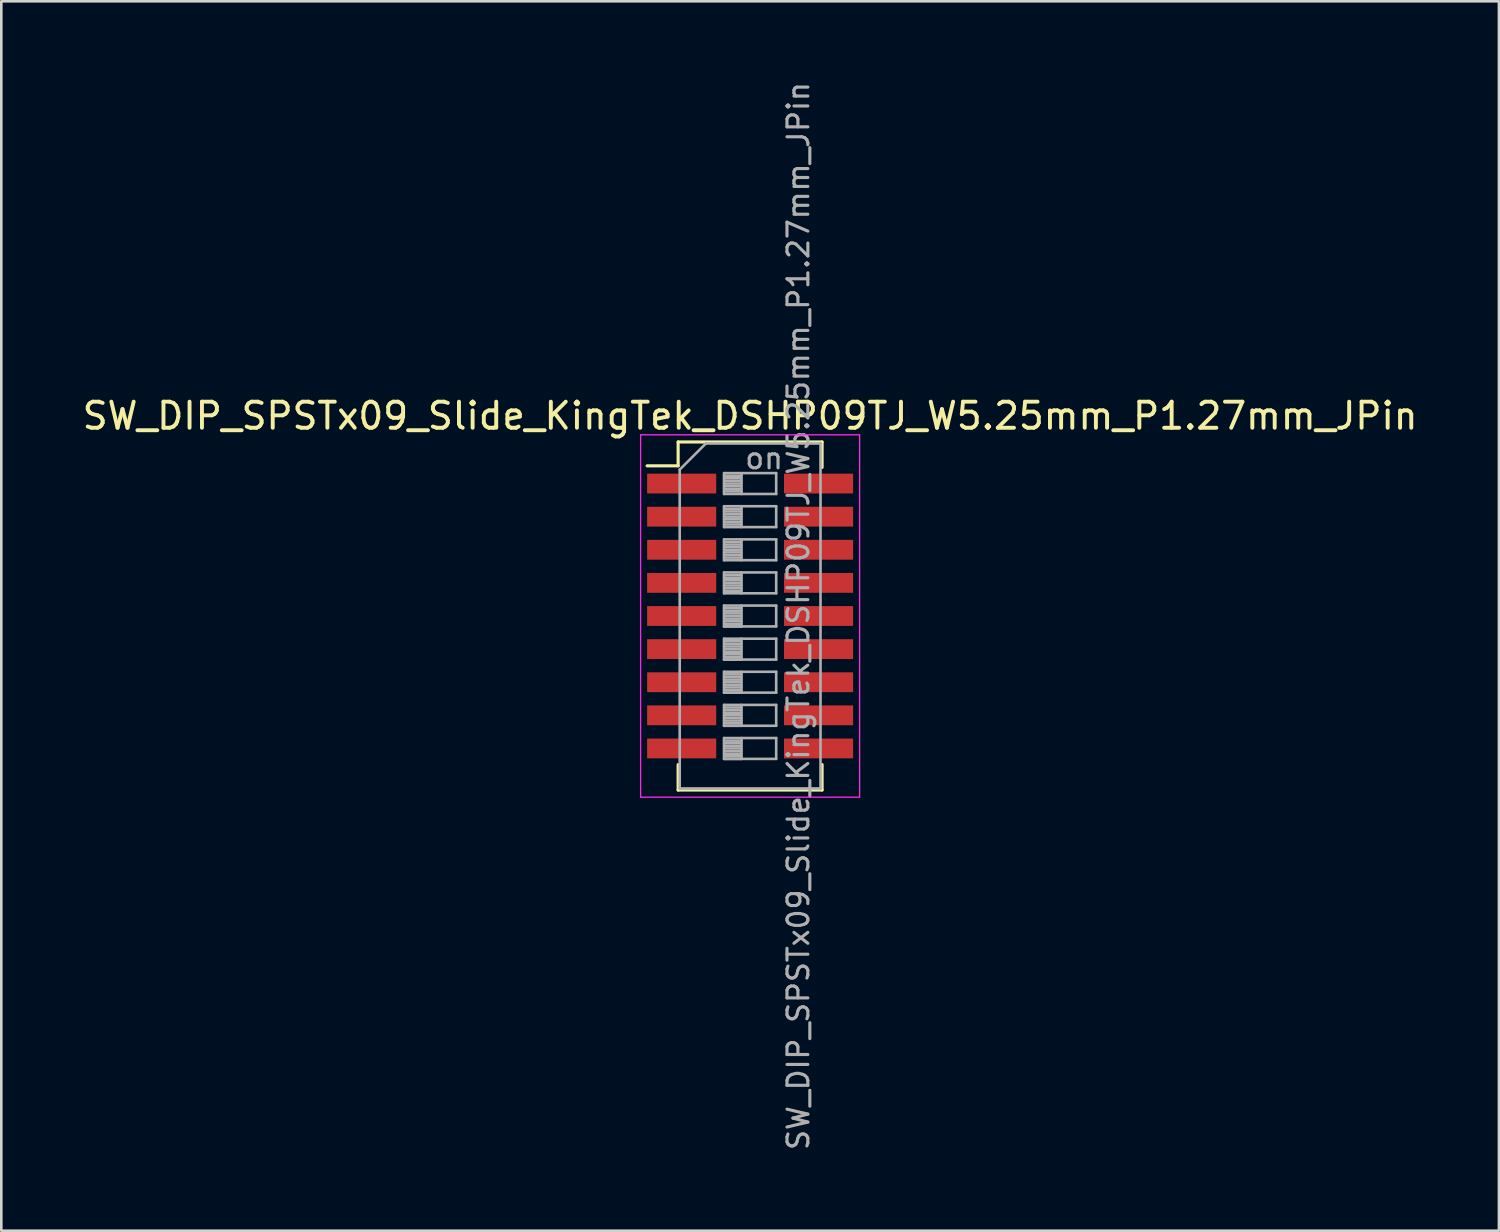
<source format=kicad_pcb>
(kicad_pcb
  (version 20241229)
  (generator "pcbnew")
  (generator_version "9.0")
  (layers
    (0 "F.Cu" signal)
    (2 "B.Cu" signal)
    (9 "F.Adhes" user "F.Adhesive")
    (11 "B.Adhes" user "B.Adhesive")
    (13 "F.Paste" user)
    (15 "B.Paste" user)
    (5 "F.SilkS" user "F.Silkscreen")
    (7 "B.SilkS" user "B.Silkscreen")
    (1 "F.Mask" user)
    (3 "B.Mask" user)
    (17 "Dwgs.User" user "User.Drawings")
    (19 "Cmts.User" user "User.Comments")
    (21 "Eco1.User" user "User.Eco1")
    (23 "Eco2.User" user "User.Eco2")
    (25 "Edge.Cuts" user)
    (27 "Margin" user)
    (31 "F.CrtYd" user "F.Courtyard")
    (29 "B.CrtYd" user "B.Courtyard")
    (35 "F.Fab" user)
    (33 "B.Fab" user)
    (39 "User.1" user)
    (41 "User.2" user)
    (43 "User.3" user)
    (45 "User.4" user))
  (footprint "SW_DIP_SPSTx09_Slide_KingTek_DSHP09TJ_W5.25mm_P1.27mm_JPin"
    (layer "F.Cu")
    (at 25.72 20.576)
    (property "Reference" "SW_DIP_SPSTx09_Slide_KingTek_DSHP09TJ_W5.25mm_P1.27mm_JPin" (at 0 -7.675 0) (layer "F.SilkS") (effects (font (size 1 1) (thickness 0.15))))
    (attr smd)
    (fp_line (start -3.951 -5.76) (end -2.761 -5.76) (stroke (width 0.12) (type solid)) (layer "F.SilkS"))
    (fp_line (start -2.761 -6.675) (end -2.761 -5.76) (stroke (width 0.12) (type solid)) (layer "F.SilkS"))
    (fp_line (start -2.761 -6.675) (end 2.76 -6.675) (stroke (width 0.12) (type solid)) (layer "F.SilkS"))
    (fp_line (start -2.761 5.7) (end -2.761 6.675) (stroke (width 0.12) (type solid)) (layer "F.SilkS"))
    (fp_line (start -2.761 6.675) (end 2.76 6.675) (stroke (width 0.12) (type solid)) (layer "F.SilkS"))
    (fp_line (start 2.76 -6.675) (end 2.76 -5.7) (stroke (width 0.12) (type solid)) (layer "F.SilkS"))
    (fp_line (start 2.76 5.7) (end 2.76 6.675) (stroke (width 0.12) (type solid)) (layer "F.SilkS"))
    (fp_line (start -4.2 -6.95) (end -4.2 6.95) (stroke (width 0.05) (type solid)) (layer "F.CrtYd"))
    (fp_line (start -4.2 6.95) (end 4.2 6.95) (stroke (width 0.05) (type solid)) (layer "F.CrtYd"))
    (fp_line (start 4.2 -6.95) (end -4.2 -6.95) (stroke (width 0.05) (type solid)) (layer "F.CrtYd"))
    (fp_line (start 4.2 6.95) (end 4.2 -6.95) (stroke (width 0.05) (type solid)) (layer "F.CrtYd"))
    (fp_line (start -2.7 -5.615) (end -1.7 -6.615) (stroke (width 0.1) (type solid)) (layer "F.Fab"))
    (fp_line (start -2.7 6.615) (end -2.7 -5.615) (stroke (width 0.1) (type solid)) (layer "F.Fab"))
    (fp_line (start -1.7 -6.615) (end 2.7 -6.615) (stroke (width 0.1) (type solid)) (layer "F.Fab"))
    (fp_line (start -1 -5.48) (end -1 -4.68) (stroke (width 0.1) (type solid)) (layer "F.Fab"))
    (fp_line (start -1 -5.38) (end -0.333 -5.38) (stroke (width 0.1) (type solid)) (layer "F.Fab"))
    (fp_line (start -1 -5.28) (end -0.333 -5.28) (stroke (width 0.1) (type solid)) (layer "F.Fab"))
    (fp_line (start -1 -5.18) (end -0.333 -5.18) (stroke (width 0.1) (type solid)) (layer "F.Fab"))
    (fp_line (start -1 -5.08) (end -0.333 -5.08) (stroke (width 0.1) (type solid)) (layer "F.Fab"))
    (fp_line (start -1 -4.98) (end -0.333 -4.98) (stroke (width 0.1) (type solid)) (layer "F.Fab"))
    (fp_line (start -1 -4.88) (end -0.333 -4.88) (stroke (width 0.1) (type solid)) (layer "F.Fab"))
    (fp_line (start -1 -4.78) (end -0.333 -4.78) (stroke (width 0.1) (type solid)) (layer "F.Fab"))
    (fp_line (start -1 -4.68) (end 1 -4.68) (stroke (width 0.1) (type solid)) (layer "F.Fab"))
    (fp_line (start -1 -4.21) (end -1 -3.41) (stroke (width 0.1) (type solid)) (layer "F.Fab"))
    (fp_line (start -1 -4.11) (end -0.333 -4.11) (stroke (width 0.1) (type solid)) (layer "F.Fab"))
    (fp_line (start -1 -4.01) (end -0.333 -4.01) (stroke (width 0.1) (type solid)) (layer "F.Fab"))
    (fp_line (start -1 -3.91) (end -0.333 -3.91) (stroke (width 0.1) (type solid)) (layer "F.Fab"))
    (fp_line (start -1 -3.81) (end -0.333 -3.81) (stroke (width 0.1) (type solid)) (layer "F.Fab"))
    (fp_line (start -1 -3.71) (end -0.333 -3.71) (stroke (width 0.1) (type solid)) (layer "F.Fab"))
    (fp_line (start -1 -3.61) (end -0.333 -3.61) (stroke (width 0.1) (type solid)) (layer "F.Fab"))
    (fp_line (start -1 -3.51) (end -0.333 -3.51) (stroke (width 0.1) (type solid)) (layer "F.Fab"))
    (fp_line (start -1 -3.41) (end 1 -3.41) (stroke (width 0.1) (type solid)) (layer "F.Fab"))
    (fp_line (start -1 -2.94) (end -1 -2.14) (stroke (width 0.1) (type solid)) (layer "F.Fab"))
    (fp_line (start -1 -2.84) (end -0.333 -2.84) (stroke (width 0.1) (type solid)) (layer "F.Fab"))
    (fp_line (start -1 -2.74) (end -0.333 -2.74) (stroke (width 0.1) (type solid)) (layer "F.Fab"))
    (fp_line (start -1 -2.64) (end -0.333 -2.64) (stroke (width 0.1) (type solid)) (layer "F.Fab"))
    (fp_line (start -1 -2.54) (end -0.333 -2.54) (stroke (width 0.1) (type solid)) (layer "F.Fab"))
    (fp_line (start -1 -2.44) (end -0.333 -2.44) (stroke (width 0.1) (type solid)) (layer "F.Fab"))
    (fp_line (start -1 -2.34) (end -0.333 -2.34) (stroke (width 0.1) (type solid)) (layer "F.Fab"))
    (fp_line (start -1 -2.24) (end -0.333 -2.24) (stroke (width 0.1) (type solid)) (layer "F.Fab"))
    (fp_line (start -1 -2.14) (end 1 -2.14) (stroke (width 0.1) (type solid)) (layer "F.Fab"))
    (fp_line (start -1 -1.67) (end -1 -0.87) (stroke (width 0.1) (type solid)) (layer "F.Fab"))
    (fp_line (start -1 -1.57) (end -0.333 -1.57) (stroke (width 0.1) (type solid)) (layer "F.Fab"))
    (fp_line (start -1 -1.47) (end -0.333 -1.47) (stroke (width 0.1) (type solid)) (layer "F.Fab"))
    (fp_line (start -1 -1.37) (end -0.333 -1.37) (stroke (width 0.1) (type solid)) (layer "F.Fab"))
    (fp_line (start -1 -1.27) (end -0.333 -1.27) (stroke (width 0.1) (type solid)) (layer "F.Fab"))
    (fp_line (start -1 -1.17) (end -0.333 -1.17) (stroke (width 0.1) (type solid)) (layer "F.Fab"))
    (fp_line (start -1 -1.07) (end -0.333 -1.07) (stroke (width 0.1) (type solid)) (layer "F.Fab"))
    (fp_line (start -1 -0.97) (end -0.333 -0.97) (stroke (width 0.1) (type solid)) (layer "F.Fab"))
    (fp_line (start -1 -0.87) (end 1 -0.87) (stroke (width 0.1) (type solid)) (layer "F.Fab"))
    (fp_line (start -1 -0.4) (end -1 0.4) (stroke (width 0.1) (type solid)) (layer "F.Fab"))
    (fp_line (start -1 -0.3) (end -0.333 -0.3) (stroke (width 0.1) (type solid)) (layer "F.Fab"))
    (fp_line (start -1 -0.2) (end -0.333 -0.2) (stroke (width 0.1) (type solid)) (layer "F.Fab"))
    (fp_line (start -1 -0.1) (end -0.333 -0.1) (stroke (width 0.1) (type solid)) (layer "F.Fab"))
    (fp_line (start -1 0) (end -0.333 0) (stroke (width 0.1) (type solid)) (layer "F.Fab"))
    (fp_line (start -1 0.1) (end -0.333 0.1) (stroke (width 0.1) (type solid)) (layer "F.Fab"))
    (fp_line (start -1 0.2) (end -0.333 0.2) (stroke (width 0.1) (type solid)) (layer "F.Fab"))
    (fp_line (start -1 0.3) (end -0.333 0.3) (stroke (width 0.1) (type solid)) (layer "F.Fab"))
    (fp_line (start -1 0.4) (end -0.333 0.4) (stroke (width 0.1) (type solid)) (layer "F.Fab"))
    (fp_line (start -1 0.4) (end 1 0.4) (stroke (width 0.1) (type solid)) (layer "F.Fab"))
    (fp_line (start -1 0.87) (end -1 1.67) (stroke (width 0.1) (type solid)) (layer "F.Fab"))
    (fp_line (start -1 0.97) (end -0.333 0.97) (stroke (width 0.1) (type solid)) (layer "F.Fab"))
    (fp_line (start -1 1.07) (end -0.333 1.07) (stroke (width 0.1) (type solid)) (layer "F.Fab"))
    (fp_line (start -1 1.17) (end -0.333 1.17) (stroke (width 0.1) (type solid)) (layer "F.Fab"))
    (fp_line (start -1 1.27) (end -0.333 1.27) (stroke (width 0.1) (type solid)) (layer "F.Fab"))
    (fp_line (start -1 1.37) (end -0.333 1.37) (stroke (width 0.1) (type solid)) (layer "F.Fab"))
    (fp_line (start -1 1.47) (end -0.333 1.47) (stroke (width 0.1) (type solid)) (layer "F.Fab"))
    (fp_line (start -1 1.57) (end -0.333 1.57) (stroke (width 0.1) (type solid)) (layer "F.Fab"))
    (fp_line (start -1 1.67) (end -0.333 1.67) (stroke (width 0.1) (type solid)) (layer "F.Fab"))
    (fp_line (start -1 1.67) (end 1 1.67) (stroke (width 0.1) (type solid)) (layer "F.Fab"))
    (fp_line (start -1 2.14) (end -1 2.94) (stroke (width 0.1) (type solid)) (layer "F.Fab"))
    (fp_line (start -1 2.24) (end -0.333 2.24) (stroke (width 0.1) (type solid)) (layer "F.Fab"))
    (fp_line (start -1 2.34) (end -0.333 2.34) (stroke (width 0.1) (type solid)) (layer "F.Fab"))
    (fp_line (start -1 2.44) (end -0.333 2.44) (stroke (width 0.1) (type solid)) (layer "F.Fab"))
    (fp_line (start -1 2.54) (end -0.333 2.54) (stroke (width 0.1) (type solid)) (layer "F.Fab"))
    (fp_line (start -1 2.64) (end -0.333 2.64) (stroke (width 0.1) (type solid)) (layer "F.Fab"))
    (fp_line (start -1 2.74) (end -0.333 2.74) (stroke (width 0.1) (type solid)) (layer "F.Fab"))
    (fp_line (start -1 2.84) (end -0.333 2.84) (stroke (width 0.1) (type solid)) (layer "F.Fab"))
    (fp_line (start -1 2.94) (end -0.333 2.94) (stroke (width 0.1) (type solid)) (layer "F.Fab"))
    (fp_line (start -1 2.94) (end 1 2.94) (stroke (width 0.1) (type solid)) (layer "F.Fab"))
    (fp_line (start -1 3.41) (end -1 4.21) (stroke (width 0.1) (type solid)) (layer "F.Fab"))
    (fp_line (start -1 3.51) (end -0.333 3.51) (stroke (width 0.1) (type solid)) (layer "F.Fab"))
    (fp_line (start -1 3.61) (end -0.333 3.61) (stroke (width 0.1) (type solid)) (layer "F.Fab"))
    (fp_line (start -1 3.71) (end -0.333 3.71) (stroke (width 0.1) (type solid)) (layer "F.Fab"))
    (fp_line (start -1 3.81) (end -0.333 3.81) (stroke (width 0.1) (type solid)) (layer "F.Fab"))
    (fp_line (start -1 3.91) (end -0.333 3.91) (stroke (width 0.1) (type solid)) (layer "F.Fab"))
    (fp_line (start -1 4.01) (end -0.333 4.01) (stroke (width 0.1) (type solid)) (layer "F.Fab"))
    (fp_line (start -1 4.11) (end -0.333 4.11) (stroke (width 0.1) (type solid)) (layer "F.Fab"))
    (fp_line (start -1 4.21) (end -0.333 4.21) (stroke (width 0.1) (type solid)) (layer "F.Fab"))
    (fp_line (start -1 4.21) (end 1 4.21) (stroke (width 0.1) (type solid)) (layer "F.Fab"))
    (fp_line (start -1 4.68) (end -1 5.48) (stroke (width 0.1) (type solid)) (layer "F.Fab"))
    (fp_line (start -1 4.78) (end -0.333 4.78) (stroke (width 0.1) (type solid)) (layer "F.Fab"))
    (fp_line (start -1 4.88) (end -0.333 4.88) (stroke (width 0.1) (type solid)) (layer "F.Fab"))
    (fp_line (start -1 4.98) (end -0.333 4.98) (stroke (width 0.1) (type solid)) (layer "F.Fab"))
    (fp_line (start -1 5.08) (end -0.333 5.08) (stroke (width 0.1) (type solid)) (layer "F.Fab"))
    (fp_line (start -1 5.18) (end -0.333 5.18) (stroke (width 0.1) (type solid)) (layer "F.Fab"))
    (fp_line (start -1 5.28) (end -0.333 5.28) (stroke (width 0.1) (type solid)) (layer "F.Fab"))
    (fp_line (start -1 5.38) (end -0.333 5.38) (stroke (width 0.1) (type solid)) (layer "F.Fab"))
    (fp_line (start -1 5.48) (end -0.333 5.48) (stroke (width 0.1) (type solid)) (layer "F.Fab"))
    (fp_line (start -1 5.48) (end 1 5.48) (stroke (width 0.1) (type solid)) (layer "F.Fab"))
    (fp_line (start -0.333 -5.48) (end -0.333 -4.68) (stroke (width 0.1) (type solid)) (layer "F.Fab"))
    (fp_line (start -0.333 -4.21) (end -0.333 -3.41) (stroke (width 0.1) (type solid)) (layer "F.Fab"))
    (fp_line (start -0.333 -2.94) (end -0.333 -2.14) (stroke (width 0.1) (type solid)) (layer "F.Fab"))
    (fp_line (start -0.333 -1.67) (end -0.333 -0.87) (stroke (width 0.1) (type solid)) (layer "F.Fab"))
    (fp_line (start -0.333 -0.4) (end -0.333 0.4) (stroke (width 0.1) (type solid)) (layer "F.Fab"))
    (fp_line (start -0.333 0.87) (end -0.333 1.67) (stroke (width 0.1) (type solid)) (layer "F.Fab"))
    (fp_line (start -0.333 2.14) (end -0.333 2.94) (stroke (width 0.1) (type solid)) (layer "F.Fab"))
    (fp_line (start -0.333 3.41) (end -0.333 4.21) (stroke (width 0.1) (type solid)) (layer "F.Fab"))
    (fp_line (start -0.333 4.68) (end -0.333 5.48) (stroke (width 0.1) (type solid)) (layer "F.Fab"))
    (fp_line (start 1 -5.48) (end -1 -5.48) (stroke (width 0.1) (type solid)) (layer "F.Fab"))
    (fp_line (start 1 -4.68) (end 1 -5.48) (stroke (width 0.1) (type solid)) (layer "F.Fab"))
    (fp_line (start 1 -4.21) (end -1 -4.21) (stroke (width 0.1) (type solid)) (layer "F.Fab"))
    (fp_line (start 1 -3.41) (end 1 -4.21) (stroke (width 0.1) (type solid)) (layer "F.Fab"))
    (fp_line (start 1 -2.94) (end -1 -2.94) (stroke (width 0.1) (type solid)) (layer "F.Fab"))
    (fp_line (start 1 -2.14) (end 1 -2.94) (stroke (width 0.1) (type solid)) (layer "F.Fab"))
    (fp_line (start 1 -1.67) (end -1 -1.67) (stroke (width 0.1) (type solid)) (layer "F.Fab"))
    (fp_line (start 1 -0.87) (end 1 -1.67) (stroke (width 0.1) (type solid)) (layer "F.Fab"))
    (fp_line (start 1 -0.4) (end -1 -0.4) (stroke (width 0.1) (type solid)) (layer "F.Fab"))
    (fp_line (start 1 0.4) (end 1 -0.4) (stroke (width 0.1) (type solid)) (layer "F.Fab"))
    (fp_line (start 1 0.87) (end -1 0.87) (stroke (width 0.1) (type solid)) (layer "F.Fab"))
    (fp_line (start 1 1.67) (end 1 0.87) (stroke (width 0.1) (type solid)) (layer "F.Fab"))
    (fp_line (start 1 2.14) (end -1 2.14) (stroke (width 0.1) (type solid)) (layer "F.Fab"))
    (fp_line (start 1 2.94) (end 1 2.14) (stroke (width 0.1) (type solid)) (layer "F.Fab"))
    (fp_line (start 1 3.41) (end -1 3.41) (stroke (width 0.1) (type solid)) (layer "F.Fab"))
    (fp_line (start 1 4.21) (end 1 3.41) (stroke (width 0.1) (type solid)) (layer "F.Fab"))
    (fp_line (start 1 4.68) (end -1 4.68) (stroke (width 0.1) (type solid)) (layer "F.Fab"))
    (fp_line (start 1 5.48) (end 1 4.68) (stroke (width 0.1) (type solid)) (layer "F.Fab"))
    (fp_line (start 2.7 -6.615) (end 2.7 6.615) (stroke (width 0.1) (type solid)) (layer "F.Fab"))
    (fp_line (start 2.7 6.615) (end -2.7 6.615) (stroke (width 0.1) (type solid)) (layer "F.Fab"))
    (fp_text user "on" (at 0.537 -6.048 0) (layer "F.Fab") (effects (font (size 0.8 0.8) (thickness 0.12))))
    (fp_text user "${REFERENCE}" (at 1.85 0 90) (layer "F.Fab") (effects (font (size 0.8 0.8) (thickness 0.12))))
    (pad "1" smd rect (at -2.625 -5.08) (size 2.65 0.76) (layers "F.Cu" "F.Mask" "F.Paste"))
    (pad "2" smd rect (at -2.625 -3.81) (size 2.65 0.76) (layers "F.Cu" "F.Mask" "F.Paste"))
    (pad "3" smd rect (at -2.625 -2.54) (size 2.65 0.76) (layers "F.Cu" "F.Mask" "F.Paste"))
    (pad "4" smd rect (at -2.625 -1.27) (size 2.65 0.76) (layers "F.Cu" "F.Mask" "F.Paste"))
    (pad "5" smd rect (at -2.625 0) (size 2.65 0.76) (layers "F.Cu" "F.Mask" "F.Paste"))
    (pad "6" smd rect (at -2.625 1.27) (size 2.65 0.76) (layers "F.Cu" "F.Mask" "F.Paste"))
    (pad "7" smd rect (at -2.625 2.54) (size 2.65 0.76) (layers "F.Cu" "F.Mask" "F.Paste"))
    (pad "8" smd rect (at -2.625 3.81) (size 2.65 0.76) (layers "F.Cu" "F.Mask" "F.Paste"))
    (pad "9" smd rect (at -2.625 5.08) (size 2.65 0.76) (layers "F.Cu" "F.Mask" "F.Paste"))
    (pad "10" smd rect (at 2.625 5.08) (size 2.65 0.76) (layers "F.Cu" "F.Mask" "F.Paste"))
    (pad "11" smd rect (at 2.625 3.81) (size 2.65 0.76) (layers "F.Cu" "F.Mask" "F.Paste"))
    (pad "12" smd rect (at 2.625 2.54) (size 2.65 0.76) (layers "F.Cu" "F.Mask" "F.Paste"))
    (pad "13" smd rect (at 2.625 1.27) (size 2.65 0.76) (layers "F.Cu" "F.Mask" "F.Paste"))
    (pad "14" smd rect (at 2.625 0) (size 2.65 0.76) (layers "F.Cu" "F.Mask" "F.Paste"))
    (pad "15" smd rect (at 2.625 -1.27) (size 2.65 0.76) (layers "F.Cu" "F.Mask" "F.Paste"))
    (pad "16" smd rect (at 2.625 -2.54) (size 2.65 0.76) (layers "F.Cu" "F.Mask" "F.Paste"))
    (pad "17" smd rect (at 2.625 -3.81) (size 2.65 0.76) (layers "F.Cu" "F.Mask" "F.Paste"))
    (pad "18" smd rect (at 2.625 -5.08) (size 2.65 0.76) (layers "F.Cu" "F.Mask" "F.Paste")))
  (gr_rect
    (start -3 -3)
    (end 54.44 44.152)
    (stroke (width 0.1) (type default))
    (fill no)
    (layer "Edge.Cuts")))
</source>
